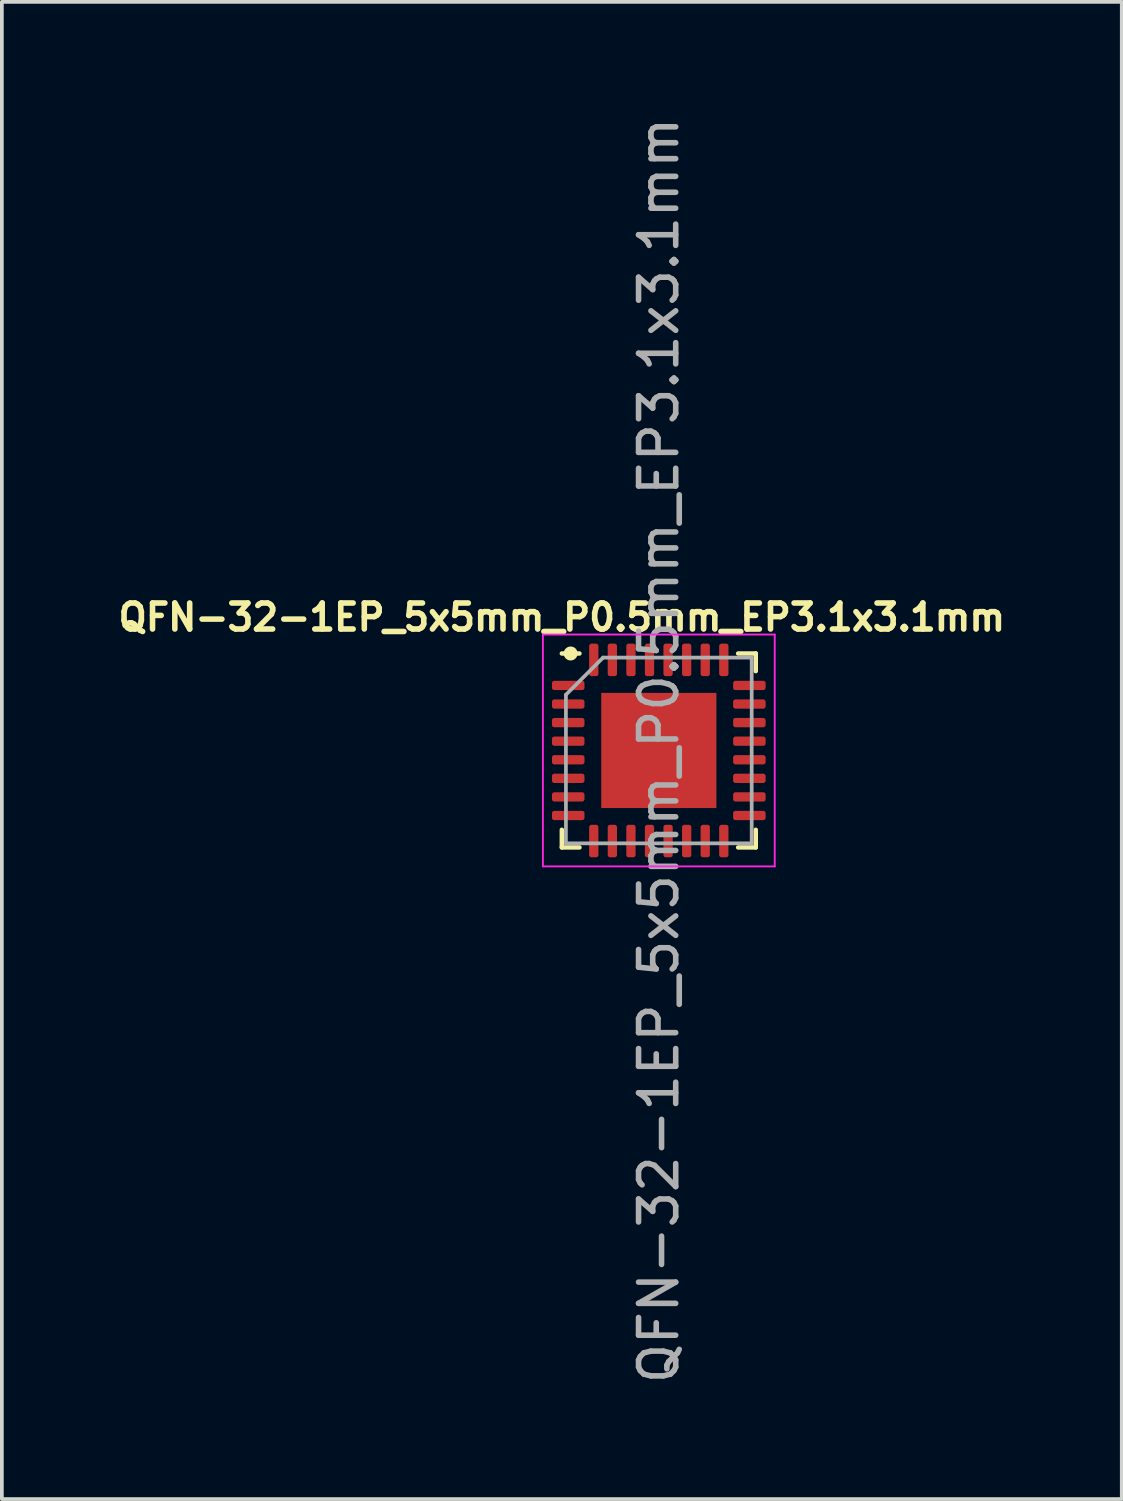
<source format=kicad_pcb>
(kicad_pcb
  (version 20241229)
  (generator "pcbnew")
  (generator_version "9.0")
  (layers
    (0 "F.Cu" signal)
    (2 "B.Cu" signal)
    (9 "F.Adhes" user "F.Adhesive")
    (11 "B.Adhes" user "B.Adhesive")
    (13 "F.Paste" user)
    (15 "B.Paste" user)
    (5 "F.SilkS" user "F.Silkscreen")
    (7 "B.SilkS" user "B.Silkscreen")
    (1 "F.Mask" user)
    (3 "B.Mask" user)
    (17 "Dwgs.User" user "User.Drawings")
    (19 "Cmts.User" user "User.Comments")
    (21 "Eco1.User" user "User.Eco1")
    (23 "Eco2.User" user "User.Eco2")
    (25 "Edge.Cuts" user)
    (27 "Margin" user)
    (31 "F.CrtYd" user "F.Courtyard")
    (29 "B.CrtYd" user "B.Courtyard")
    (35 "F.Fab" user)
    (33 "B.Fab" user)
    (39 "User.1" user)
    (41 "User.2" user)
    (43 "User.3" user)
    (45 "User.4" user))
  (footprint "QFN-32-1EP_5x5mm_P0.5mm_EP3.1x3.1mm"
    (layer "F.Cu")
    (at 14.682 17.149)
    (property "Reference" "QFN-32-1EP_5x5mm_P0.5mm_EP3.1x3.1mm" (at -2.61 -3.585 0) (layer "F.SilkS") (effects (font (size 0.7 0.7) (thickness 0.15))))
    (attr smd)
    (fp_line (start -2.61 2.61) (end -2.61 2.135) (stroke (width 0.12) (type solid)) (layer "F.SilkS"))
    (fp_line (start -2.135 -2.61) (end -2.61 -2.61) (stroke (width 0.12) (type solid)) (layer "F.SilkS"))
    (fp_line (start -2.135 2.61) (end -2.61 2.61) (stroke (width 0.12) (type solid)) (layer "F.SilkS"))
    (fp_line (start 2.135 -2.61) (end 2.61 -2.61) (stroke (width 0.12) (type solid)) (layer "F.SilkS"))
    (fp_line (start 2.135 2.61) (end 2.61 2.61) (stroke (width 0.12) (type solid)) (layer "F.SilkS"))
    (fp_line (start 2.61 -2.61) (end 2.61 -2.135) (stroke (width 0.12) (type solid)) (layer "F.SilkS"))
    (fp_line (start 2.61 2.61) (end 2.61 2.135) (stroke (width 0.12) (type solid)) (layer "F.SilkS"))
    (fp_circle (center -2.373 -2.61) (end -2.245 -2.61) (stroke (width 0.12) (type solid)) (fill yes) (layer "F.SilkS"))
    (fp_line (start -3.12 -3.12) (end -3.12 3.12) (stroke (width 0.05) (type solid)) (layer "F.CrtYd"))
    (fp_line (start -3.12 3.12) (end 3.12 3.12) (stroke (width 0.05) (type solid)) (layer "F.CrtYd"))
    (fp_line (start 3.12 -3.12) (end -3.12 -3.12) (stroke (width 0.05) (type solid)) (layer "F.CrtYd"))
    (fp_line (start 3.12 3.12) (end 3.12 -3.12) (stroke (width 0.05) (type solid)) (layer "F.CrtYd"))
    (fp_line (start -2.5 -1.5) (end -1.5 -2.5) (stroke (width 0.1) (type solid)) (layer "F.Fab"))
    (fp_line (start -2.5 2.5) (end -2.5 -1.5) (stroke (width 0.1) (type solid)) (layer "F.Fab"))
    (fp_line (start -1.5 -2.5) (end 2.5 -2.5) (stroke (width 0.1) (type solid)) (layer "F.Fab"))
    (fp_line (start 2.5 -2.5) (end 2.5 2.5) (stroke (width 0.1) (type solid)) (layer "F.Fab"))
    (fp_line (start 2.5 2.5) (end -2.5 2.5) (stroke (width 0.1) (type solid)) (layer "F.Fab"))
    (fp_text user "${REFERENCE}" (at 0 0 90) (layer "F.Fab") (effects (font (size 1 1) (thickness 0.15))))
    (pad "" smd roundrect (at -1.03 -1.03) (size 0.83 0.83) (layers "F.Paste") (roundrect_rratio 0.25))
    (pad "" smd roundrect (at -1.03 0) (size 0.83 0.83) (layers "F.Paste") (roundrect_rratio 0.25))
    (pad "" smd roundrect (at -1.03 1.03) (size 0.83 0.83) (layers "F.Paste") (roundrect_rratio 0.25))
    (pad "" smd roundrect (at 0 -1.03) (size 0.83 0.83) (layers "F.Paste") (roundrect_rratio 0.25))
    (pad "" smd roundrect (at 0 0) (size 0.83 0.83) (layers "F.Paste") (roundrect_rratio 0.25))
    (pad "" smd roundrect (at 0 1.03) (size 0.83 0.83) (layers "F.Paste") (roundrect_rratio 0.25))
    (pad "" smd roundrect (at 1.03 -1.03) (size 0.83 0.83) (layers "F.Paste") (roundrect_rratio 0.25))
    (pad "" smd roundrect (at 1.03 0) (size 0.83 0.83) (layers "F.Paste") (roundrect_rratio 0.25))
    (pad "" smd roundrect (at 1.03 1.03) (size 0.83 0.83) (layers "F.Paste") (roundrect_rratio 0.25))
    (pad "1" smd roundrect (at -2.438 -1.75) (size 0.875 0.25) (layers "F.Cu" "F.Mask" "F.Paste") (roundrect_rratio 0.25))
    (pad "2" smd roundrect (at -2.438 -1.25) (size 0.875 0.25) (layers "F.Cu" "F.Mask" "F.Paste") (roundrect_rratio 0.25))
    (pad "3" smd roundrect (at -2.438 -0.75) (size 0.875 0.25) (layers "F.Cu" "F.Mask" "F.Paste") (roundrect_rratio 0.25))
    (pad "4" smd roundrect (at -2.438 -0.25) (size 0.875 0.25) (layers "F.Cu" "F.Mask" "F.Paste") (roundrect_rratio 0.25))
    (pad "5" smd roundrect (at -2.438 0.25) (size 0.875 0.25) (layers "F.Cu" "F.Mask" "F.Paste") (roundrect_rratio 0.25))
    (pad "6" smd roundrect (at -2.438 0.75) (size 0.875 0.25) (layers "F.Cu" "F.Mask" "F.Paste") (roundrect_rratio 0.25))
    (pad "7" smd roundrect (at -2.438 1.25) (size 0.875 0.25) (layers "F.Cu" "F.Mask" "F.Paste") (roundrect_rratio 0.25))
    (pad "8" smd roundrect (at -2.438 1.75) (size 0.875 0.25) (layers "F.Cu" "F.Mask" "F.Paste") (roundrect_rratio 0.25))
    (pad "9" smd roundrect (at -1.75 2.438) (size 0.25 0.875) (layers "F.Cu" "F.Mask" "F.Paste") (roundrect_rratio 0.25))
    (pad "10" smd roundrect (at -1.25 2.438) (size 0.25 0.875) (layers "F.Cu" "F.Mask" "F.Paste") (roundrect_rratio 0.25))
    (pad "11" smd roundrect (at -0.75 2.438) (size 0.25 0.875) (layers "F.Cu" "F.Mask" "F.Paste") (roundrect_rratio 0.25))
    (pad "12" smd roundrect (at -0.25 2.438) (size 0.25 0.875) (layers "F.Cu" "F.Mask" "F.Paste") (roundrect_rratio 0.25))
    (pad "13" smd roundrect (at 0.25 2.438) (size 0.25 0.875) (layers "F.Cu" "F.Mask" "F.Paste") (roundrect_rratio 0.25))
    (pad "14" smd roundrect (at 0.75 2.438) (size 0.25 0.875) (layers "F.Cu" "F.Mask" "F.Paste") (roundrect_rratio 0.25))
    (pad "15" smd roundrect (at 1.25 2.438) (size 0.25 0.875) (layers "F.Cu" "F.Mask" "F.Paste") (roundrect_rratio 0.25))
    (pad "16" smd roundrect (at 1.75 2.438) (size 0.25 0.875) (layers "F.Cu" "F.Mask" "F.Paste") (roundrect_rratio 0.25))
    (pad "17" smd roundrect (at 2.438 1.75) (size 0.875 0.25) (layers "F.Cu" "F.Mask" "F.Paste") (roundrect_rratio 0.25))
    (pad "18" smd roundrect (at 2.438 1.25) (size 0.875 0.25) (layers "F.Cu" "F.Mask" "F.Paste") (roundrect_rratio 0.25))
    (pad "19" smd roundrect (at 2.438 0.75) (size 0.875 0.25) (layers "F.Cu" "F.Mask" "F.Paste") (roundrect_rratio 0.25))
    (pad "20" smd roundrect (at 2.438 0.25) (size 0.875 0.25) (layers "F.Cu" "F.Mask" "F.Paste") (roundrect_rratio 0.25))
    (pad "21" smd roundrect (at 2.438 -0.25) (size 0.875 0.25) (layers "F.Cu" "F.Mask" "F.Paste") (roundrect_rratio 0.25))
    (pad "22" smd roundrect (at 2.438 -0.75) (size 0.875 0.25) (layers "F.Cu" "F.Mask" "F.Paste") (roundrect_rratio 0.25))
    (pad "23" smd roundrect (at 2.438 -1.25) (size 0.875 0.25) (layers "F.Cu" "F.Mask" "F.Paste") (roundrect_rratio 0.25))
    (pad "24" smd roundrect (at 2.438 -1.75) (size 0.875 0.25) (layers "F.Cu" "F.Mask" "F.Paste") (roundrect_rratio 0.25))
    (pad "25" smd roundrect (at 1.75 -2.438) (size 0.25 0.875) (layers "F.Cu" "F.Mask" "F.Paste") (roundrect_rratio 0.25))
    (pad "26" smd roundrect (at 1.25 -2.438) (size 0.25 0.875) (layers "F.Cu" "F.Mask" "F.Paste") (roundrect_rratio 0.25))
    (pad "27" smd roundrect (at 0.75 -2.438) (size 0.25 0.875) (layers "F.Cu" "F.Mask" "F.Paste") (roundrect_rratio 0.25))
    (pad "28" smd roundrect (at 0.25 -2.438) (size 0.25 0.875) (layers "F.Cu" "F.Mask" "F.Paste") (roundrect_rratio 0.25))
    (pad "29" smd roundrect (at -0.25 -2.438) (size 0.25 0.875) (layers "F.Cu" "F.Mask" "F.Paste") (roundrect_rratio 0.25))
    (pad "30" smd roundrect (at -0.75 -2.438) (size 0.25 0.875) (layers "F.Cu" "F.Mask" "F.Paste") (roundrect_rratio 0.25))
    (pad "31" smd roundrect (at -1.25 -2.438) (size 0.25 0.875) (layers "F.Cu" "F.Mask" "F.Paste") (roundrect_rratio 0.25))
    (pad "32" smd roundrect (at -1.75 -2.438) (size 0.25 0.875) (layers "F.Cu" "F.Mask" "F.Paste") (roundrect_rratio 0.25))
    (pad "33" smd rect (at 0 0) (size 3.1 3.1) (layers "F.Cu" "F.Mask")))
  (gr_rect
    (start -3 -3)
    (end 27.143 37.298)
    (stroke (width 0.1) (type default))
    (fill no)
    (layer "Edge.Cuts")))
</source>
